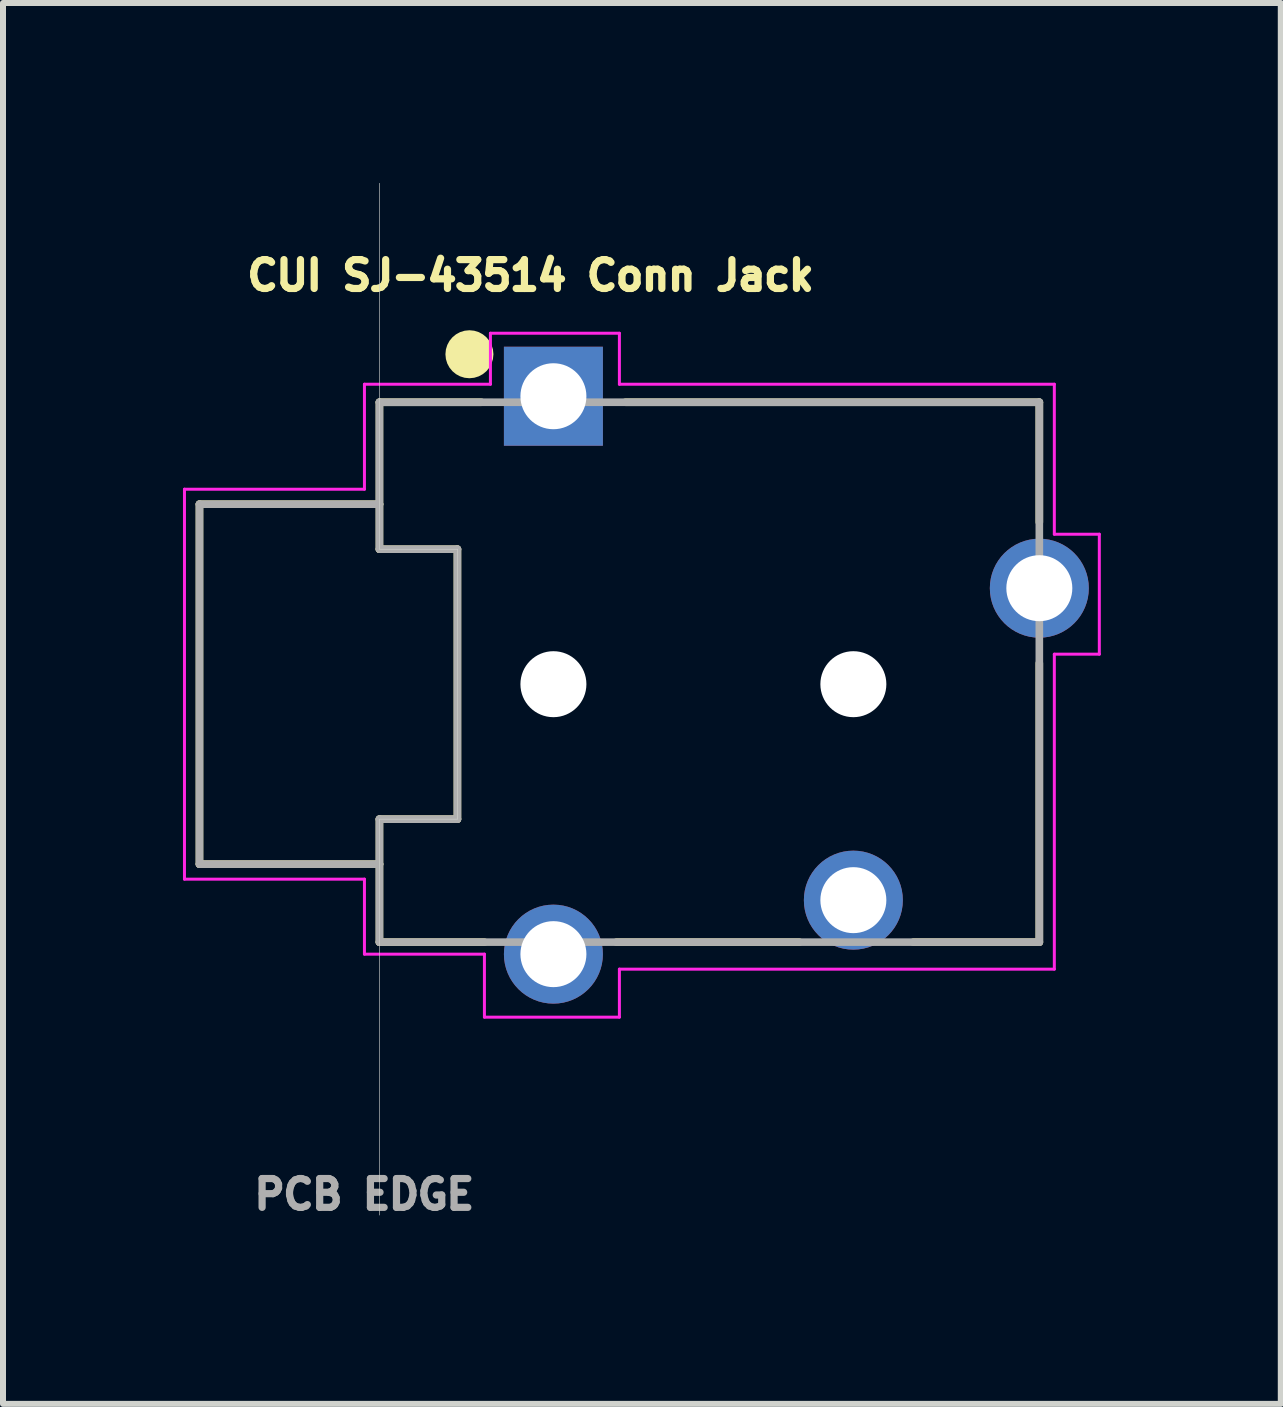
<source format=kicad_pcb>
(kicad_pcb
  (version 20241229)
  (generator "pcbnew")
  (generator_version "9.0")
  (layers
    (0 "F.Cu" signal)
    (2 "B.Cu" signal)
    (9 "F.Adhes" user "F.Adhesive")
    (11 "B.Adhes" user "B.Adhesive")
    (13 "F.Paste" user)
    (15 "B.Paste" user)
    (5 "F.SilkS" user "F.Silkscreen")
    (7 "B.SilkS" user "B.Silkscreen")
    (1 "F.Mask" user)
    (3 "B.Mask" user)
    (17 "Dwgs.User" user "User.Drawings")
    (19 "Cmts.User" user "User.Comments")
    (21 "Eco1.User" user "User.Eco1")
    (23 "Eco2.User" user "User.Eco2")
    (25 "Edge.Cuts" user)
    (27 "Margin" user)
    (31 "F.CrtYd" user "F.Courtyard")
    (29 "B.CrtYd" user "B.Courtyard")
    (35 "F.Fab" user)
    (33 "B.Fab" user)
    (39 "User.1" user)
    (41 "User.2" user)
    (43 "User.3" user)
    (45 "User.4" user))
  (footprint "CUI SJ-43514 Conn Jack"
    (layer "F.Cu")
    (at 8.775 8.355)
    (property "Reference" "CUI SJ-43514 Conn Jack" (at -2.98 -6.813 0) (layer "F.SilkS") (effects (font (size 0.481 0.481) (thickness 0.15))))
    (attr through_hole)
    (fp_line (start -8.5 -3) (end -5.5 -3) (stroke (width 0.127) (type solid)) (layer "F.SilkS"))
    (fp_line (start -8.5 3) (end -8.5 -3) (stroke (width 0.127) (type solid)) (layer "F.SilkS"))
    (fp_line (start -5.5 -4.7) (end -5.5 -3) (stroke (width 0.127) (type solid)) (layer "F.SilkS"))
    (fp_line (start -5.5 -3) (end -5.5 -2.25) (stroke (width 0.127) (type solid)) (layer "F.SilkS"))
    (fp_line (start -5.5 -2.25) (end -4.2 -2.25) (stroke (width 0.127) (type solid)) (layer "F.SilkS"))
    (fp_line (start -5.5 2.25) (end -5.5 3) (stroke (width 0.127) (type solid)) (layer "F.SilkS"))
    (fp_line (start -5.5 3) (end -8.5 3) (stroke (width 0.127) (type solid)) (layer "F.SilkS"))
    (fp_line (start -5.5 3) (end -5.5 4.3) (stroke (width 0.127) (type solid)) (layer "F.SilkS"))
    (fp_line (start -5.5 4.3) (end -3.75 4.3) (stroke (width 0.127) (type solid)) (layer "F.SilkS"))
    (fp_line (start -4.2 -2.25) (end -4.2 2.25) (stroke (width 0.127) (type solid)) (layer "F.SilkS"))
    (fp_line (start -4.2 2.25) (end -5.5 2.25) (stroke (width 0.127) (type solid)) (layer "F.SilkS"))
    (fp_line (start -3.8 -4.7) (end -5.5 -4.7) (stroke (width 0.127) (type solid)) (layer "F.SilkS"))
    (fp_line (start -1.4 -4.7) (end 5.5 -4.7) (stroke (width 0.127) (type solid)) (layer "F.SilkS"))
    (fp_line (start 1.5 4.3) (end -1.55 4.3) (stroke (width 0.127) (type solid)) (layer "F.SilkS"))
    (fp_line (start 5.5 -4.7) (end 5.5 -2.7) (stroke (width 0.127) (type solid)) (layer "F.SilkS"))
    (fp_line (start 5.5 -0.35) (end 5.5 4.3) (stroke (width 0.127) (type solid)) (layer "F.SilkS"))
    (fp_line (start 5.5 4.3) (end 3.4 4.3) (stroke (width 0.127) (type solid)) (layer "F.SilkS"))
    (fp_circle (center -4 -5.5) (end -3.8 -5.5) (stroke (width 0.4) (type solid)) (fill no) (layer "F.SilkS"))
    (fp_line (start -5.5 -8.35) (end -5.5 -2.25) (stroke (width 0.01) (type solid)) (layer "Edge.Cuts"))
    (fp_line (start -5.5 -2.25) (end -4.2 -2.25) (stroke (width 0.01) (type solid)) (layer "Edge.Cuts"))
    (fp_line (start -5.5 2.25) (end -5.5 8.85) (stroke (width 0.01) (type solid)) (layer "Edge.Cuts"))
    (fp_line (start -4.2 -2.25) (end -4.2 2.25) (stroke (width 0.01) (type solid)) (layer "Edge.Cuts"))
    (fp_line (start -4.2 2.25) (end -5.5 2.25) (stroke (width 0.01) (type solid)) (layer "Edge.Cuts"))
    (fp_line (start -8.75 -3.25) (end -5.75 -3.25) (stroke (width 0.05) (type solid)) (layer "F.CrtYd"))
    (fp_line (start -8.75 3.25) (end -8.75 -3.25) (stroke (width 0.05) (type solid)) (layer "F.CrtYd"))
    (fp_line (start -5.75 -5) (end -3.65 -5) (stroke (width 0.05) (type solid)) (layer "F.CrtYd"))
    (fp_line (start -5.75 -3.25) (end -5.75 -5) (stroke (width 0.05) (type solid)) (layer "F.CrtYd"))
    (fp_line (start -5.75 3.25) (end -8.75 3.25) (stroke (width 0.05) (type solid)) (layer "F.CrtYd"))
    (fp_line (start -5.75 4.5) (end -5.75 3.25) (stroke (width 0.05) (type solid)) (layer "F.CrtYd"))
    (fp_line (start -3.75 4.5) (end -5.75 4.5) (stroke (width 0.05) (type solid)) (layer "F.CrtYd"))
    (fp_line (start -3.75 5.55) (end -3.75 4.5) (stroke (width 0.05) (type solid)) (layer "F.CrtYd"))
    (fp_line (start -3.65 -5.85) (end -1.5 -5.85) (stroke (width 0.05) (type solid)) (layer "F.CrtYd"))
    (fp_line (start -3.65 -5) (end -3.65 -5.85) (stroke (width 0.05) (type solid)) (layer "F.CrtYd"))
    (fp_line (start -1.5 -5.85) (end -1.5 -5) (stroke (width 0.05) (type solid)) (layer "F.CrtYd"))
    (fp_line (start -1.5 -5) (end 5.75 -5) (stroke (width 0.05) (type solid)) (layer "F.CrtYd"))
    (fp_line (start -1.5 4.75) (end -1.5 5.55) (stroke (width 0.05) (type solid)) (layer "F.CrtYd"))
    (fp_line (start -1.5 5.55) (end -3.75 5.55) (stroke (width 0.05) (type solid)) (layer "F.CrtYd"))
    (fp_line (start 5.75 -5) (end 5.75 -2.5) (stroke (width 0.05) (type solid)) (layer "F.CrtYd"))
    (fp_line (start 5.75 -2.5) (end 6.5 -2.5) (stroke (width 0.05) (type solid)) (layer "F.CrtYd"))
    (fp_line (start 5.75 -0.5) (end 5.75 4.75) (stroke (width 0.05) (type solid)) (layer "F.CrtYd"))
    (fp_line (start 5.75 4.75) (end -1.5 4.75) (stroke (width 0.05) (type solid)) (layer "F.CrtYd"))
    (fp_line (start 6.5 -2.5) (end 6.5 -0.5) (stroke (width 0.05) (type solid)) (layer "F.CrtYd"))
    (fp_line (start 6.5 -0.5) (end 5.75 -0.5) (stroke (width 0.05) (type solid)) (layer "F.CrtYd"))
    (fp_line (start -8.5 -3) (end -8.5 3) (stroke (width 0.127) (type solid)) (layer "F.Fab"))
    (fp_line (start -8.5 3) (end -5.5 3) (stroke (width 0.127) (type solid)) (layer "F.Fab"))
    (fp_line (start -5.5 -4.7) (end -5.5 -3) (stroke (width 0.127) (type solid)) (layer "F.Fab"))
    (fp_line (start -5.5 -4.7) (end 5.5 -4.7) (stroke (width 0.127) (type solid)) (layer "F.Fab"))
    (fp_line (start -5.5 -3) (end -8.5 -3) (stroke (width 0.127) (type solid)) (layer "F.Fab"))
    (fp_line (start -5.5 -3) (end -5.5 -2.25) (stroke (width 0.127) (type solid)) (layer "F.Fab"))
    (fp_line (start -5.5 -2.25) (end -4.2 -2.25) (stroke (width 0.127) (type solid)) (layer "F.Fab"))
    (fp_line (start -5.5 2.25) (end -5.5 3) (stroke (width 0.127) (type solid)) (layer "F.Fab"))
    (fp_line (start -5.5 3) (end -5.5 4.3) (stroke (width 0.127) (type solid)) (layer "F.Fab"))
    (fp_line (start -5.5 4.3) (end 5.5 4.3) (stroke (width 0.127) (type solid)) (layer "F.Fab"))
    (fp_line (start -4.2 -2.25) (end -4.2 2.25) (stroke (width 0.127) (type solid)) (layer "F.Fab"))
    (fp_line (start -4.2 2.25) (end -5.5 2.25) (stroke (width 0.127) (type solid)) (layer "F.Fab"))
    (fp_line (start 5.5 -4.7) (end 5.5 4.3) (stroke (width 0.127) (type solid)) (layer "F.Fab"))
    (fp_text user "PCB EDGE" (at -5.753 8.505 0) (layer "F.Fab") (effects (font (size 0.48 0.48) (thickness 0.15))))
    (pad "" np_thru_hole circle (at -2.6 0) (size 1.1 1.1) (drill 1.1) (layers "*.Cu" "*.Mask"))
    (pad "" np_thru_hole circle (at 2.4 0) (size 1.1 1.1) (drill 1.1) (layers "*.Cu" "*.Mask"))
    (pad "1" thru_hole rect (at -2.6 -4.8) (size 1.65 1.65) (drill 1.1) (layers "*.Cu" "*.Mask"))
    (pad "2" thru_hole circle (at 2.4 3.6) (size 1.65 1.65) (drill 1.1) (layers "*.Cu" "*.Mask"))
    (pad "3" thru_hole circle (at 5.5 -1.6) (size 1.65 1.65) (drill 1.1) (layers "*.Cu" "*.Mask"))
    (pad "4" thru_hole circle (at -2.6 4.5) (size 1.65 1.65) (drill 1.1) (layers "*.Cu" "*.Mask")))
  (gr_rect
    (start -3 -3)
    (end 18.3 20.352)
    (stroke (width 0.1) (type default))
    (fill no)
    (layer "Edge.Cuts")))
</source>
